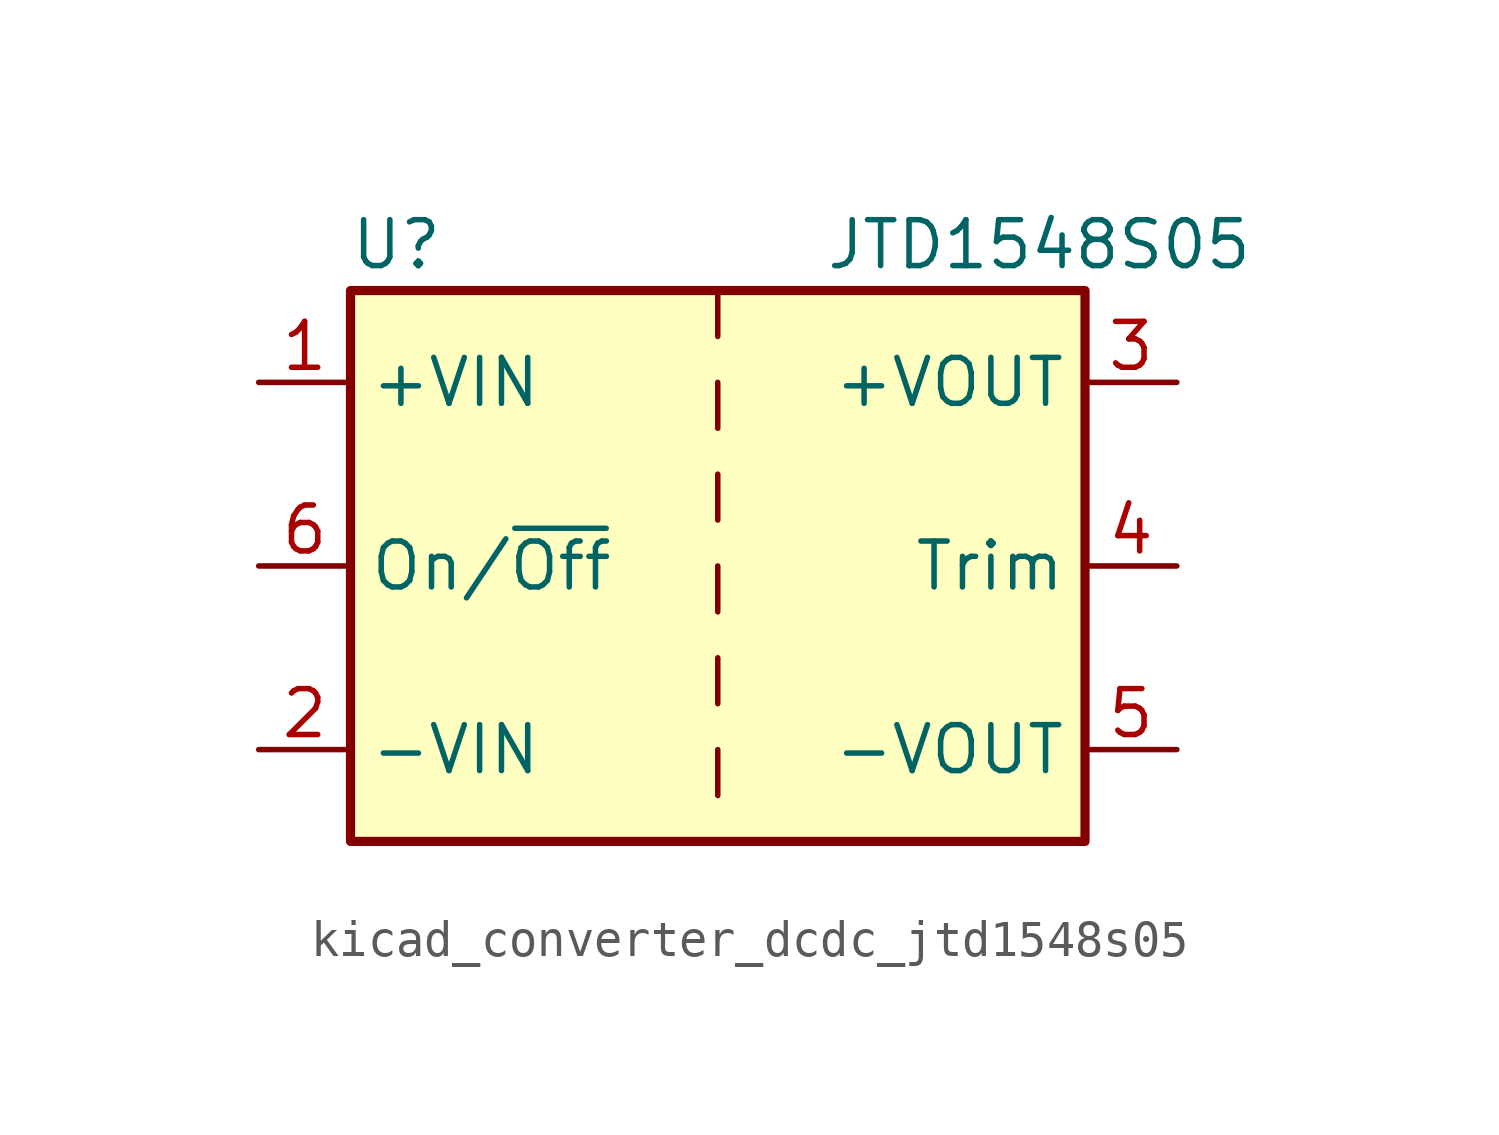
<source format=kicad_sym>
(kicad_symbol_lib
  (version 20220914)
  (generator kicad_symbol_editor)
  (symbol "kicad_converter_dcdc_jtd1548s05"
    (property "Reference" "U"
      (at -8.89 8.89 0)
      (effects (font (size 1.27 1.27))))
    (property "Value" "JTD1548S05"
      (at 8.89 8.89 0)
      (effects (font (size 1.27 1.27))))
    (symbol "kicad_converter_dcdc_jtd1548s05_0_1"
      (rectangle (start -10.16 7.62) (end 10.16 -7.62) (stroke (width 0.254) (type default)) (fill (type background)))
      (polyline (pts (xy 0 -5.08) (xy 0 -6.35)) (stroke (width 0) (type default)) (fill (type none)))
      (polyline (pts (xy 0 -2.54) (xy 0 -3.81)) (stroke (width 0) (type default)) (fill (type none)))
      (polyline (pts (xy 0 0) (xy 0 -1.27)) (stroke (width 0) (type default)) (fill (type none)))
      (polyline (pts (xy 0 2.54) (xy 0 1.27)) (stroke (width 0) (type default)) (fill (type none)))
      (polyline (pts (xy 0 5.08) (xy 0 3.81)) (stroke (width 0) (type default)) (fill (type none)))
      (polyline (pts (xy 0 7.62) (xy 0 6.35)) (stroke (width 0) (type default)) (fill (type none))))
    (symbol "kicad_converter_dcdc_jtd1548s05_1_1"
      (pin power_in line (at -12.7 5.08 0) (length 2.54) (name "+VIN" (effects (font (size 1.27 1.27)))) (number "1" (effects (font (size 1.27 1.27)))))
      (pin power_in line (at -12.7 -5.08 0) (length 2.54) (name "-VIN" (effects (font (size 1.27 1.27)))) (number "2" (effects (font (size 1.27 1.27)))))
      (pin power_out line (at 12.7 5.08 180) (length 2.54) (name "+VOUT" (effects (font (size 1.27 1.27)))) (number "3" (effects (font (size 1.27 1.27)))))
      (pin input line (at 12.7 0 180) (length 2.54) (name "Trim" (effects (font (size 1.27 1.27)))) (number "4" (effects (font (size 1.27 1.27)))))
      (pin power_out line (at 12.7 -5.08 180) (length 2.54) (name "-VOUT" (effects (font (size 1.27 1.27)))) (number "5" (effects (font (size 1.27 1.27)))))
      (pin input line (at -12.7 0 0) (length 2.54) (name "On/~{Off}" (effects (font (size 1.27 1.27)))) (number "6" (effects (font (size 1.27 1.27))))))))
</source>
